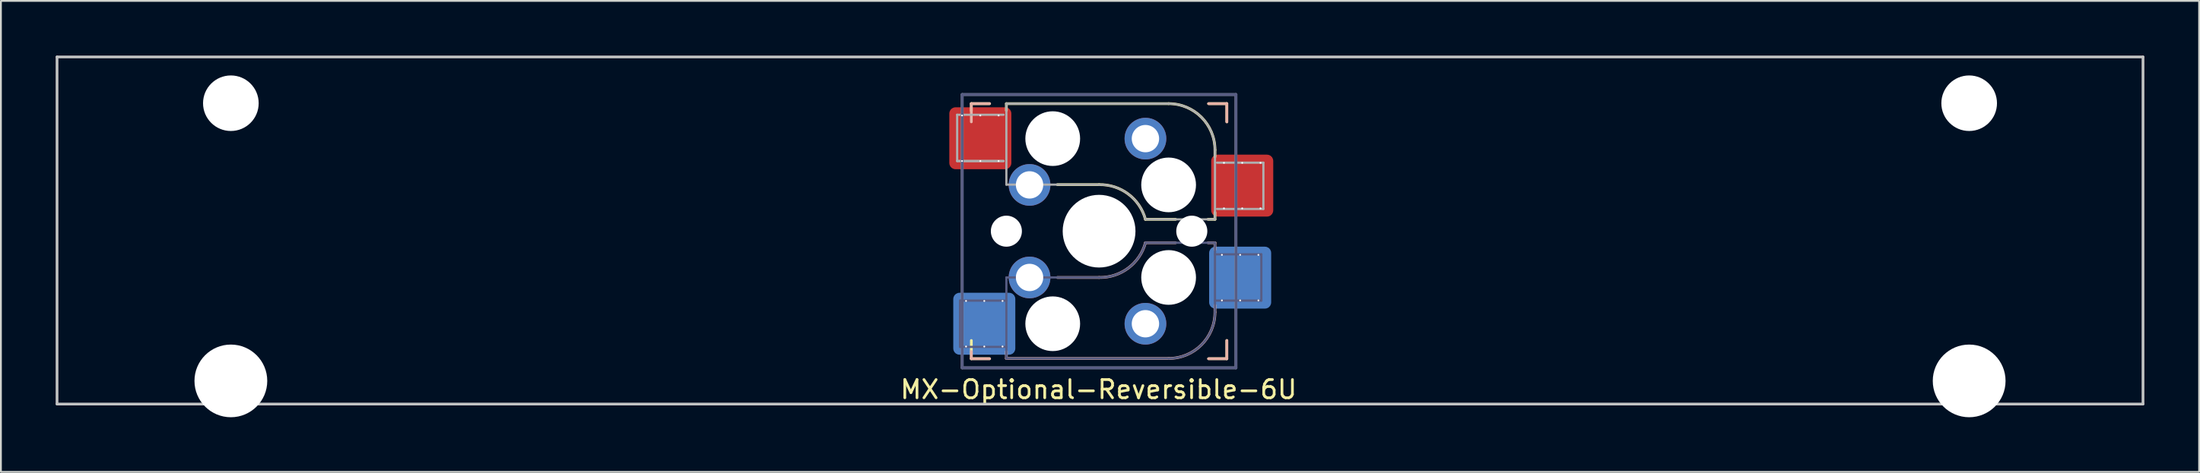
<source format=kicad_pcb>
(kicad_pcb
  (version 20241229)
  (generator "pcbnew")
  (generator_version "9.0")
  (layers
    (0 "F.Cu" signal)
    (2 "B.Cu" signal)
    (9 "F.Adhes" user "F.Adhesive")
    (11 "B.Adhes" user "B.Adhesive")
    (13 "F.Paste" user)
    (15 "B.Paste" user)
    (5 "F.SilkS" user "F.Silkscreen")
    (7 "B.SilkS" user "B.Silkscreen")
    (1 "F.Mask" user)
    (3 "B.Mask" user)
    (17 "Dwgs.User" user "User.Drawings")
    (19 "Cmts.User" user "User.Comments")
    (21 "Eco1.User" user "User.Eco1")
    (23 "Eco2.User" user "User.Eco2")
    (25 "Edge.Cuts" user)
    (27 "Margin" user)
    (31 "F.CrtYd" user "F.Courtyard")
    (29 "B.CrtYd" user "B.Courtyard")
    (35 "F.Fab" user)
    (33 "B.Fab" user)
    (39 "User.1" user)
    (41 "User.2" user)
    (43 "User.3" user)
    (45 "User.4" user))
  (footprint "MX-Optional-Reversible-6U"
    (layer "F.Cu")
    (at 57.225 9.6)
    (property "Reference" "MX-Optional-Reversible-6U" (at -0.077 8.726 180) (layer "F.SilkS") (effects (font (size 1 1) (thickness 0.15))))
    (attr smd)
    (fp_rect (start -8.258 -6.062) (end -4.858 -4.062) (stroke (width 0.1) (type solid)) (fill yes) (layer "F.Mask"))
    (fp_rect (start 6.092 -3.462) (end 9.492 -1.462) (stroke (width 0.1) (type solid)) (fill yes) (layer "F.Mask"))
    (fp_rect (start -8.041 4.118) (end -4.641 6.118) (stroke (width 0.1) (type solid)) (fill yes) (layer "B.Mask"))
    (fp_rect (start 5.979 1.588) (end 9.379 3.588) (stroke (width 0.1) (type solid)) (fill yes) (layer "B.Mask"))
    (fp_line (start -7.051 -6.962) (end -6.051 -6.962) (stroke (width 0.15) (type solid)) (layer "F.SilkS"))
    (fp_line (start -7.051 -6.566) (end -7.051 -6.962) (stroke (width 0.15) (type solid)) (layer "F.SilkS"))
    (fp_line (start -7.051 7.038) (end -7.051 6.038) (stroke (width 0.15) (type solid)) (layer "F.SilkS"))
    (fp_line (start -6.051 7.038) (end -7.051 7.038) (stroke (width 0.15) (type solid)) (layer "F.SilkS"))
    (fp_line (start -5.131 -6.581) (end -5.131 -6.962) (stroke (width 0.15) (type solid)) (layer "F.SilkS"))
    (fp_line (start -2.337 -2.517) (end -0.051 -2.517) (stroke (width 0.15) (type solid)) (layer "F.SilkS"))
    (fp_line (start 2.489 -0.612) (end 4.14 -0.612) (stroke (width 0.15) (type solid)) (layer "F.SilkS"))
    (fp_line (start 3.759 -6.962) (end -5.131 -6.962) (stroke (width 0.15) (type solid)) (layer "F.SilkS"))
    (fp_line (start 5.918 -0.612) (end 6.299 -0.612) (stroke (width 0.15) (type solid)) (layer "F.SilkS"))
    (fp_line (start 5.949 -6.962) (end 6.949 -6.962) (stroke (width 0.15) (type solid)) (layer "F.SilkS"))
    (fp_line (start 6.299 -4.041) (end 6.299 -4.422) (stroke (width 0.15) (type solid)) (layer "F.SilkS"))
    (fp_line (start 6.299 -0.612) (end 6.299 -0.993) (stroke (width 0.15) (type solid)) (layer "F.SilkS"))
    (fp_line (start 6.949 -6.962) (end 6.949 -5.962) (stroke (width 0.15) (type solid)) (layer "F.SilkS"))
    (fp_line (start 6.949 6.038) (end 6.949 7.038) (stroke (width 0.15) (type solid)) (layer "F.SilkS"))
    (fp_line (start 6.949 7.038) (end 5.949 7.038) (stroke (width 0.15) (type solid)) (layer "F.SilkS"))
    (fp_arc (start -0.05085 -2.51696) (mid 1.54712 -2.001754) (end 2.48915 -0.61196) (stroke (width 0.15) (type solid)) (layer "F.SilkS"))
    (fp_arc (start 3.75915 -6.96196) (mid 5.555201 -6.218011) (end 6.29915 -4.42196) (stroke (width 0.15) (type solid)) (layer "F.SilkS"))
    (fp_line (start -7.051 -6.962) (end -6.051 -6.962) (stroke (width 0.15) (type solid)) (layer "B.SilkS"))
    (fp_line (start -7.051 -5.962) (end -7.051 -6.962) (stroke (width 0.15) (type solid)) (layer "B.SilkS"))
    (fp_line (start -7.051 7.038) (end -7.051 6.642) (stroke (width 0.15) (type solid)) (layer "B.SilkS"))
    (fp_line (start -6.051 7.038) (end -7.051 7.038) (stroke (width 0.15) (type solid)) (layer "B.SilkS"))
    (fp_line (start -5.131 7.023) (end -5.131 6.642) (stroke (width 0.15) (type solid)) (layer "B.SilkS"))
    (fp_line (start -5.131 7.023) (end 3.759 7.023) (stroke (width 0.15) (type solid)) (layer "B.SilkS"))
    (fp_line (start -0.051 2.578) (end -2.337 2.578) (stroke (width 0.15) (type solid)) (layer "B.SilkS"))
    (fp_line (start 4.14 0.673) (end 2.489 0.673) (stroke (width 0.15) (type solid)) (layer "B.SilkS"))
    (fp_line (start 5.949 -6.962) (end 6.949 -6.962) (stroke (width 0.15) (type solid)) (layer "B.SilkS"))
    (fp_line (start 6.299 0.673) (end 5.918 0.673) (stroke (width 0.15) (type solid)) (layer "B.SilkS"))
    (fp_line (start 6.299 1.054) (end 6.299 0.673) (stroke (width 0.15) (type solid)) (layer "B.SilkS"))
    (fp_line (start 6.299 4.483) (end 6.299 4.102) (stroke (width 0.15) (type solid)) (layer "B.SilkS"))
    (fp_line (start 6.949 -6.962) (end 6.949 -5.962) (stroke (width 0.15) (type solid)) (layer "B.SilkS"))
    (fp_line (start 6.949 6.038) (end 6.949 7.038) (stroke (width 0.15) (type solid)) (layer "B.SilkS"))
    (fp_line (start 6.949 7.038) (end 5.949 7.038) (stroke (width 0.15) (type solid)) (layer "B.SilkS"))
    (fp_arc (start 2.48915 0.67304) (mid 1.547119 2.062831) (end -0.05085 2.57804) (stroke (width 0.15) (type solid)) (layer "B.SilkS"))
    (fp_arc (start 6.29915 4.48304) (mid 5.555201 6.279091) (end 3.75915 7.02304) (stroke (width 0.15) (type solid)) (layer "B.SilkS"))
    (fp_line (start -57.15 9.525) (end -57.15 -9.525) (stroke (width 0.15) (type solid)) (layer "Dwgs.User"))
    (fp_line (start 57.15 -9.525) (end -57.15 -9.525) (stroke (width 0.15) (type solid)) (layer "Dwgs.User"))
    (fp_line (start 57.15 9.525) (end -57.15 9.525) (stroke (width 0.15) (type solid)) (layer "Dwgs.User"))
    (fp_line (start 57.15 9.525) (end 57.15 -9.525) (stroke (width 0.15) (type solid)) (layer "Dwgs.User"))
    (fp_line (start -6.951 6.938) (end -6.951 -6.862) (stroke (width 0.15) (type solid)) (layer "Eco2.User"))
    (fp_line (start -6.951 6.938) (end 6.849 6.938) (stroke (width 0.15) (type solid)) (layer "Eco2.User"))
    (fp_line (start 6.849 -6.862) (end -6.951 -6.862) (stroke (width 0.15) (type solid)) (layer "Eco2.User"))
    (fp_line (start 6.849 -6.862) (end 6.849 6.938) (stroke (width 0.15) (type solid)) (layer "Eco2.User"))
    (fp_line (start -7.671 3.848) (end -7.671 6.388) (stroke (width 0.12) (type solid)) (layer "B.Fab"))
    (fp_line (start -7.671 6.388) (end -5.131 6.388) (stroke (width 0.12) (type solid)) (layer "B.Fab"))
    (fp_line (start -7.551 -7.462) (end 7.449 -7.462) (stroke (width 0.15) (type solid)) (layer "B.Fab"))
    (fp_line (start -7.551 7.538) (end -7.551 -7.462) (stroke (width 0.15) (type solid)) (layer "B.Fab"))
    (fp_line (start -5.131 2.578) (end -5.131 7.023) (stroke (width 0.12) (type solid)) (layer "B.Fab"))
    (fp_line (start -5.131 3.848) (end -7.671 3.848) (stroke (width 0.12) (type solid)) (layer "B.Fab"))
    (fp_line (start -5.131 7.023) (end 3.759 7.023) (stroke (width 0.12) (type solid)) (layer "B.Fab"))
    (fp_line (start -0.051 2.578) (end -5.131 2.578) (stroke (width 0.12) (type solid)) (layer "B.Fab"))
    (fp_line (start 6.299 0.673) (end 2.489 0.673) (stroke (width 0.12) (type solid)) (layer "B.Fab"))
    (fp_line (start 6.299 3.848) (end 8.839 3.848) (stroke (width 0.12) (type solid)) (layer "B.Fab"))
    (fp_line (start 6.299 4.483) (end 6.299 0.673) (stroke (width 0.12) (type solid)) (layer "B.Fab"))
    (fp_line (start 7.449 -7.462) (end 7.449 7.538) (stroke (width 0.15) (type solid)) (layer "B.Fab"))
    (fp_line (start 7.449 7.538) (end -7.551 7.538) (stroke (width 0.15) (type solid)) (layer "B.Fab"))
    (fp_line (start 8.839 1.308) (end 6.299 1.308) (stroke (width 0.12) (type solid)) (layer "B.Fab"))
    (fp_line (start 8.839 3.848) (end 8.839 1.308) (stroke (width 0.12) (type solid)) (layer "B.Fab"))
    (fp_arc (start 2.48915 0.67304) (mid 1.547119 2.062831) (end -0.05085 2.57804) (stroke (width 0.12) (type solid)) (layer "B.Fab"))
    (fp_arc (start 6.29915 4.48304) (mid 5.555201 6.279091) (end 3.75915 7.02304) (stroke (width 0.12) (type solid)) (layer "B.Fab"))
    (fp_line (start -7.828 -6.352) (end -7.828 -3.812) (stroke (width 0.12) (type solid)) (layer "F.Fab"))
    (fp_line (start -7.828 -3.812) (end -5.288 -3.812) (stroke (width 0.12) (type solid)) (layer "F.Fab"))
    (fp_line (start -7.828 -3.812) (end -5.288 -3.812) (stroke (width 0.12) (type solid)) (layer "F.Fab"))
    (fp_line (start -7.551 -7.462) (end 7.449 -7.462) (stroke (width 0.15) (type solid)) (layer "F.Fab"))
    (fp_line (start -7.551 7.538) (end -7.551 -7.462) (stroke (width 0.15) (type solid)) (layer "F.Fab"))
    (fp_line (start -5.288 -6.352) (end -7.828 -6.352) (stroke (width 0.12) (type solid)) (layer "F.Fab"))
    (fp_line (start -5.131 -6.962) (end -5.131 -2.517) (stroke (width 0.12) (type solid)) (layer "F.Fab"))
    (fp_line (start -5.131 -2.517) (end -0.051 -2.517) (stroke (width 0.12) (type solid)) (layer "F.Fab"))
    (fp_line (start 2.489 -0.612) (end 6.299 -0.612) (stroke (width 0.12) (type solid)) (layer "F.Fab"))
    (fp_line (start 3.759 -6.962) (end -5.131 -6.962) (stroke (width 0.12) (type solid)) (layer "F.Fab"))
    (fp_line (start 6.299 -0.612) (end 6.299 -4.422) (stroke (width 0.12) (type solid)) (layer "F.Fab"))
    (fp_line (start 6.412 -1.182) (end 8.952 -1.182) (stroke (width 0.12) (type solid)) (layer "F.Fab"))
    (fp_line (start 7.449 -7.462) (end 7.449 7.538) (stroke (width 0.15) (type solid)) (layer "F.Fab"))
    (fp_line (start 7.449 7.538) (end -7.551 7.538) (stroke (width 0.15) (type solid)) (layer "F.Fab"))
    (fp_line (start 8.952 -3.722) (end 6.412 -3.722) (stroke (width 0.12) (type solid)) (layer "F.Fab"))
    (fp_line (start 8.952 -1.182) (end 8.952 -3.722) (stroke (width 0.12) (type solid)) (layer "F.Fab"))
    (fp_arc (start -0.05085 -2.51696) (mid 1.547122 -2.001755) (end 2.48915 -0.61196) (stroke (width 0.12) (type solid)) (layer "F.Fab"))
    (fp_arc (start 3.75915 -6.96196) (mid 5.555201 -6.218011) (end 6.29915 -4.42196) (stroke (width 0.12) (type solid)) (layer "F.Fab"))
    (pad "" np_thru_hole circle (at -47.625 -6.985) (size 3.048 3.048) (drill 3.048) (layers "*.Cu" "*.Mask"))
    (pad "" np_thru_hole circle (at -47.625 8.255) (size 3.988 3.988) (drill 3.988) (layers "*.Cu" "*.Mask"))
    (pad "" np_thru_hole circle (at -5.131 0.038) (size 1.702 1.702) (drill 1.702) (layers "*.Cu" "*.Mask"))
    (pad "" np_thru_hole circle (at -2.591 -5.042) (size 3 3) (drill 3) (layers "*.Cu" "*.Mask"))
    (pad "" np_thru_hole circle (at -2.591 5.118) (size 3 3) (drill 3) (layers "*.Cu" "*.Mask"))
    (pad "" np_thru_hole circle (at -0.051 0.038) (size 3.988 3.988) (drill 3.988) (layers "*.Cu" "*.Mask"))
    (pad "" np_thru_hole circle (at 3.759 -2.502) (size 3 3) (drill 3) (layers "*.Cu" "*.Mask"))
    (pad "" np_thru_hole circle (at 3.759 2.578) (size 3 3) (drill 3) (layers "*.Cu" "*.Mask"))
    (pad "" np_thru_hole circle (at 5.029 0.038) (size 1.702 1.702) (drill 1.702) (layers "*.Cu" "*.Mask"))
    (pad "" np_thru_hole circle (at 47.625 -6.985) (size 3.048 3.048) (drill 3.048) (layers "*.Cu" "*.Mask"))
    (pad "" np_thru_hole circle (at 47.625 8.255) (size 3.988 3.988) (drill 3.988) (layers "*.Cu" "*.Mask"))
    (pad "1" thru_hole circle (at -7.558 -6.312 270) (size 0.1 0.1) (drill 0.3) (layers "*.Cu" "*.Mask"))
    (pad "1" thru_hole circle (at -7.558 -3.812 270) (size 0.1 0.1) (drill 0.3) (layers "*.Cu" "*.Mask"))
    (pad "1" thru_hole circle (at -7.341 3.868 270) (size 0.1 0.1) (drill 0.3) (layers "*.Cu" "*.Mask"))
    (pad "1" thru_hole circle (at -7.341 6.368 270) (size 0.1 0.1) (drill 0.3) (layers "*.Cu" "*.Mask"))
    (pad "1" thru_hole circle (at -6.558 -6.312 270) (size 0.1 0.1) (drill 0.3) (layers "*.Cu"))
    (pad "1" smd roundrect (at -6.558 -5.062 180) (size 3.4 3.4) (property pad_prop_bga) (layers "F.Cu" "F.Paste") (roundrect_rratio 0.1))
    (pad "1" thru_hole circle (at -6.558 -3.812 270) (size 0.1 0.1) (drill 0.3) (layers "*.Cu" "*.Mask"))
    (pad "1" thru_hole circle (at -6.341 3.868 270) (size 0.1 0.1) (drill 0.3) (layers "*.Cu"))
    (pad "1" smd roundrect (at -6.341 5.118) (size 3.4 3.4) (property pad_prop_bga) (layers "B.Cu" "B.Paste") (roundrect_rratio 0.1))
    (pad "1" thru_hole circle (at -6.341 6.368 270) (size 0.1 0.1) (drill 0.3) (layers "*.Cu" "*.Mask"))
    (pad "1" thru_hole circle (at -5.558 -6.312 270) (size 0.1 0.1) (drill 0.3) (layers "*.Cu"))
    (pad "1" thru_hole circle (at -5.558 -3.812 270) (size 0.1 0.1) (drill 0.3) (layers "*.Cu" "*.Mask"))
    (pad "1" thru_hole circle (at -5.341 3.868 270) (size 0.1 0.1) (drill 0.3) (layers "*.Cu"))
    (pad "1" thru_hole circle (at -5.341 6.368 270) (size 0.1 0.1) (drill 0.3) (layers "*.Cu" "*.Mask"))
    (pad "1" thru_hole circle (at -3.861 -2.502) (size 2.286 2.286) (drill 1.499) (layers "*.Cu" "*.Mask"))
    (pad "1" thru_hole circle (at -3.861 2.578) (size 2.286 2.286) (drill 1.499) (layers "*.Cu" "*.Mask"))
    (pad "2" thru_hole circle (at 2.489 -5.042) (size 2.286 2.286) (drill 1.499) (layers "*.Cu" "*.Mask"))
    (pad "2" thru_hole circle (at 2.489 5.118) (size 2.286 2.286) (drill 1.499) (layers "*.Cu" "*.Mask"))
    (pad "2" thru_hole circle (at 6.679 1.338 270) (size 0.1 0.1) (drill 0.3) (layers "*.Cu" "*.Mask"))
    (pad "2" thru_hole circle (at 6.679 3.838 270) (size 0.1 0.1) (drill 0.3) (layers "*.Cu" "*.Mask"))
    (pad "2" thru_hole circle (at 6.792 -3.712 270) (size 0.1 0.1) (drill 0.3) (layers "*.Cu" "*.Mask"))
    (pad "2" thru_hole circle (at 6.792 -1.212 270) (size 0.1 0.1) (drill 0.3) (layers "*.Cu" "*.Mask"))
    (pad "2" thru_hole circle (at 7.679 1.338 270) (size 0.1 0.1) (drill 0.3) (layers "*.Cu" "*.Mask"))
    (pad "2" smd roundrect (at 7.679 2.588) (size 3.4 3.4) (property pad_prop_bga) (layers "B.Cu" "B.Paste") (roundrect_rratio 0.1))
    (pad "2" thru_hole circle (at 7.679 3.838 270) (size 0.1 0.1) (drill 0.3) (layers "*.Cu"))
    (pad "2" thru_hole circle (at 7.792 -3.712 270) (size 0.1 0.1) (drill 0.3) (layers "*.Cu"))
    (pad "2" smd roundrect (at 7.792 -2.462 180) (size 3.4 3.4) (property pad_prop_bga) (layers "F.Cu" "F.Paste") (roundrect_rratio 0.1))
    (pad "2" thru_hole circle (at 7.792 -1.212 270) (size 0.1 0.1) (drill 0.3) (layers "*.Cu" "*.Mask"))
    (pad "2" thru_hole circle (at 8.679 1.338 270) (size 0.1 0.1) (drill 0.3) (layers "*.Cu" "*.Mask"))
    (pad "2" thru_hole circle (at 8.679 3.838 270) (size 0.1 0.1) (drill 0.3) (layers "*.Cu"))
    (pad "2" thru_hole circle (at 8.792 -3.712 270) (size 0.1 0.1) (drill 0.3) (layers "*.Cu"))
    (pad "2" thru_hole circle (at 8.792 -1.212 270) (size 0.1 0.1) (drill 0.3) (layers "*.Cu" "*.Mask")))
  (gr_rect
    (start -3 -3)
    (end 117.45 22.849)
    (stroke (width 0.1) (type default))
    (fill no)
    (layer "Edge.Cuts")))
</source>
